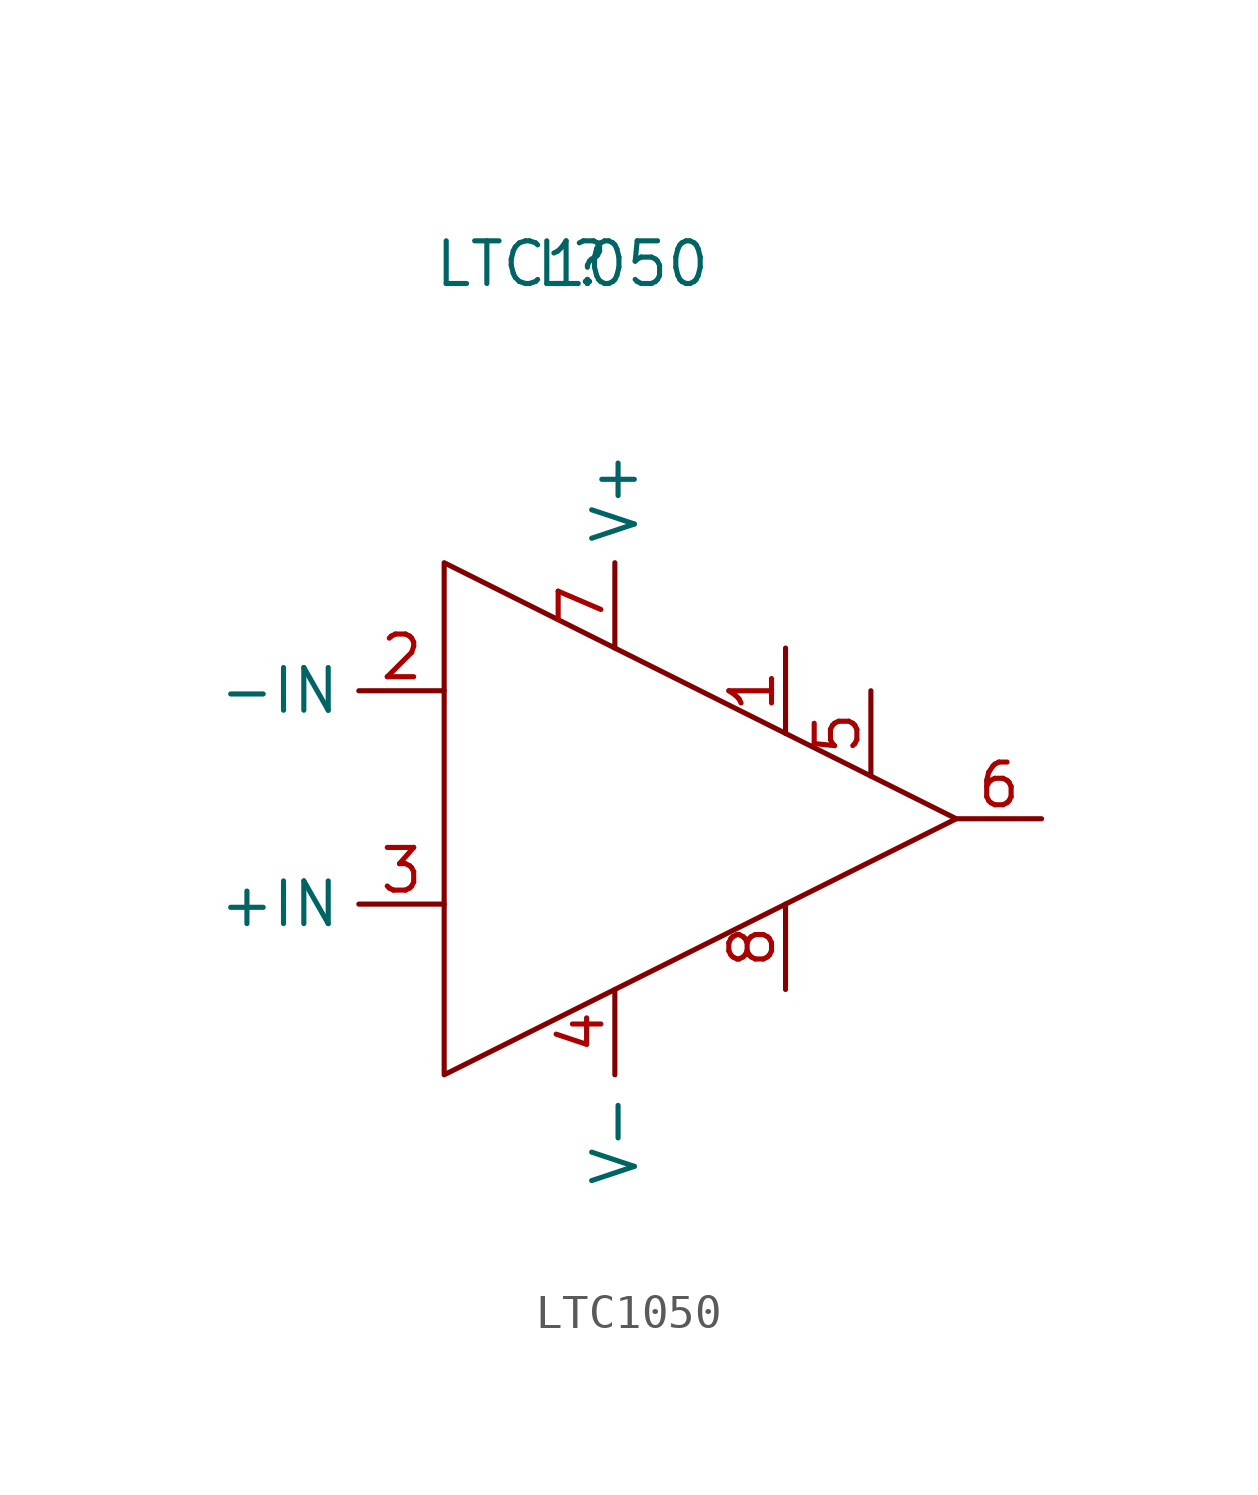
<source format=kicad_sym>
(kicad_symbol_lib
  (version 20211014)
  (generator kicad_symbol_editor)
  (symbol "LTC1050"
    (property "Reference" "L"
      (at 0 0 0)
      (effects (font (size 1.27 1.27))))
    (property "Value" "LTC1050"
      (at 0 0 0)
      (effects (font (size 1.27 1.27))))
    (symbol "LTC1050_0_1"
      (polyline (pts (xy -3.81 -8.89) (xy -3.81 -24.13) (xy 11.43 -16.51) (xy -3.81 -8.89)) (stroke (width 0) (type default) (color 0 0 0 0)) (fill (type none))))
    (symbol "LTC1050_1_1"
      (pin bidirectional line (at 6.35 -13.97 90) (length 2.54) (name "" (effects (font (size 1.27 1.27)))) (number "1" (effects (font (size 1.27 1.27)))))
      (pin bidirectional line (at -3.81 -12.7 180) (length 2.54) (name "-IN" (effects (font (size 1.27 1.27)))) (number "2" (effects (font (size 1.27 1.27)))))
      (pin bidirectional line (at -3.81 -19.05 180) (length 2.54) (name "+IN" (effects (font (size 1.27 1.27)))) (number "3" (effects (font (size 1.27 1.27)))))
      (pin bidirectional line (at 1.27 -21.59 270) (length 2.54) (name "V-" (effects (font (size 1.27 1.27)))) (number "4" (effects (font (size 1.27 1.27)))))
      (pin bidirectional line (at 8.89 -15.24 90) (length 2.54) (name "" (effects (font (size 1.27 1.27)))) (number "5" (effects (font (size 1.27 1.27)))))
      (pin bidirectional line (at 11.43 -16.51 0) (length 2.54) (name "" (effects (font (size 1.27 1.27)))) (number "6" (effects (font (size 1.27 1.27)))))
      (pin bidirectional line (at 1.27 -11.43 90) (length 2.54) (name "V+" (effects (font (size 1.27 1.27)))) (number "7" (effects (font (size 1.27 1.27)))))
      (pin bidirectional line (at 6.35 -19.05 270) (length 2.54) (name "" (effects (font (size 1.27 1.27)))) (number "8" (effects (font (size 1.27 1.27))))))))
</source>
